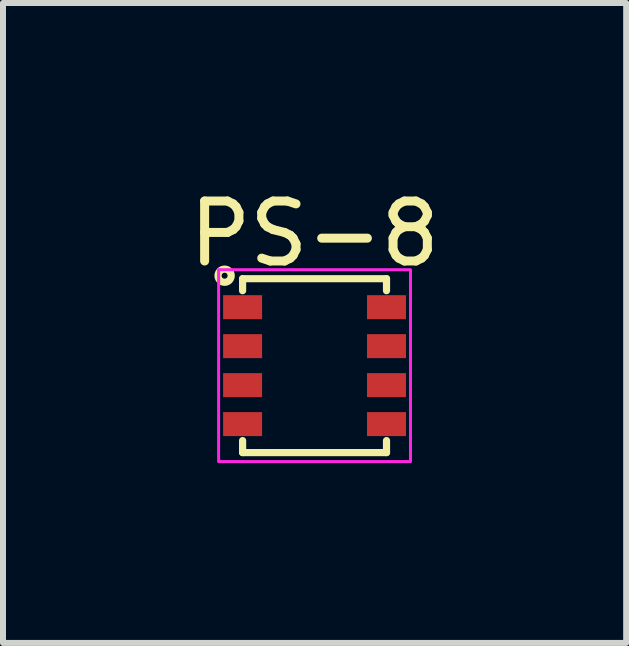
<source format=kicad_pcb>
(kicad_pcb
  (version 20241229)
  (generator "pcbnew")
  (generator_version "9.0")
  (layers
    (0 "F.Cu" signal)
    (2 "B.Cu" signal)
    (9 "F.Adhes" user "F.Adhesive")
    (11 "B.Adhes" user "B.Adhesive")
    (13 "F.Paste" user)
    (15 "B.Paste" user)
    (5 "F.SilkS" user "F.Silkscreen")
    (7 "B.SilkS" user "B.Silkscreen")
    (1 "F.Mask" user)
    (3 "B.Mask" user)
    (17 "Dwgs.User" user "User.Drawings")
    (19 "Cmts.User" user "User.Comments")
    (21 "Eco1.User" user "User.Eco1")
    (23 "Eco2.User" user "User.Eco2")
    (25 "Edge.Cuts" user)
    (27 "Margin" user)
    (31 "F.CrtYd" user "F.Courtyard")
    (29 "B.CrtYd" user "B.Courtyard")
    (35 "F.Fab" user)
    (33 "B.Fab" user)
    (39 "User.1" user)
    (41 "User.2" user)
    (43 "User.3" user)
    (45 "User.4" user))
  (footprint "PS-8"
    (layer "F.Cu")
    (at 2.196 3.048)
    (property "Reference" "PS-8" (at 0 -2.2 0) (unlocked yes) (layer "F.SilkS") (effects (font (size 1 1) (thickness 0.15))))
    (attr smd)
    (fp_line (start -1.2 -1.45) (end 1.2 -1.45) (stroke (width 0.12) (type solid)) (layer "F.SilkS"))
    (fp_line (start -1.2 -1.25) (end -1.2 -1.45) (stroke (width 0.12) (type solid)) (layer "F.SilkS"))
    (fp_line (start -1.2 1.45) (end -1.2 1.25) (stroke (width 0.12) (type solid)) (layer "F.SilkS"))
    (fp_line (start 1.2 -1.45) (end 1.2 -1.25) (stroke (width 0.12) (type solid)) (layer "F.SilkS"))
    (fp_line (start 1.2 1.25) (end 1.2 1.45) (stroke (width 0.12) (type solid)) (layer "F.SilkS"))
    (fp_line (start 1.2 1.45) (end -1.2 1.45) (stroke (width 0.12) (type solid)) (layer "F.SilkS"))
    (fp_circle (center -1.5 -1.5) (end -1.55 -1.5) (stroke (width 0.12) (type solid)) (fill no) (layer "F.SilkS"))
    (fp_rect (start -1.6 -1.6) (end 1.6 1.6) (stroke (width 0.05) (type solid)) (fill no) (layer "F.CrtYd"))
    (pad "1" smd rect (at -1.2 -0.975) (size 0.65 0.4) (layers "F.Cu" "F.Mask" "F.Paste"))
    (pad "2" smd rect (at -1.2 -0.325) (size 0.65 0.4) (layers "F.Cu" "F.Mask" "F.Paste"))
    (pad "3" smd rect (at -1.2 0.325) (size 0.65 0.4) (layers "F.Cu" "F.Mask" "F.Paste"))
    (pad "4" smd rect (at -1.2 0.975) (size 0.65 0.4) (layers "F.Cu" "F.Mask" "F.Paste"))
    (pad "5" smd rect (at 1.2 -0.975) (size 0.65 0.4) (layers "F.Cu" "F.Mask" "F.Paste"))
    (pad "6" smd rect (at 1.2 -0.325) (size 0.65 0.4) (layers "F.Cu" "F.Mask" "F.Paste"))
    (pad "7" smd rect (at 1.2 0.325) (size 0.65 0.4) (layers "F.Cu" "F.Mask" "F.Paste"))
    (pad "8" smd rect (at 1.2 0.975) (size 0.65 0.4) (layers "F.Cu" "F.Mask" "F.Paste")))
  (gr_rect
    (start -3 -3)
    (end 7.393 7.673)
    (stroke (width 0.1) (type default))
    (fill no)
    (layer "Edge.Cuts")))
</source>
